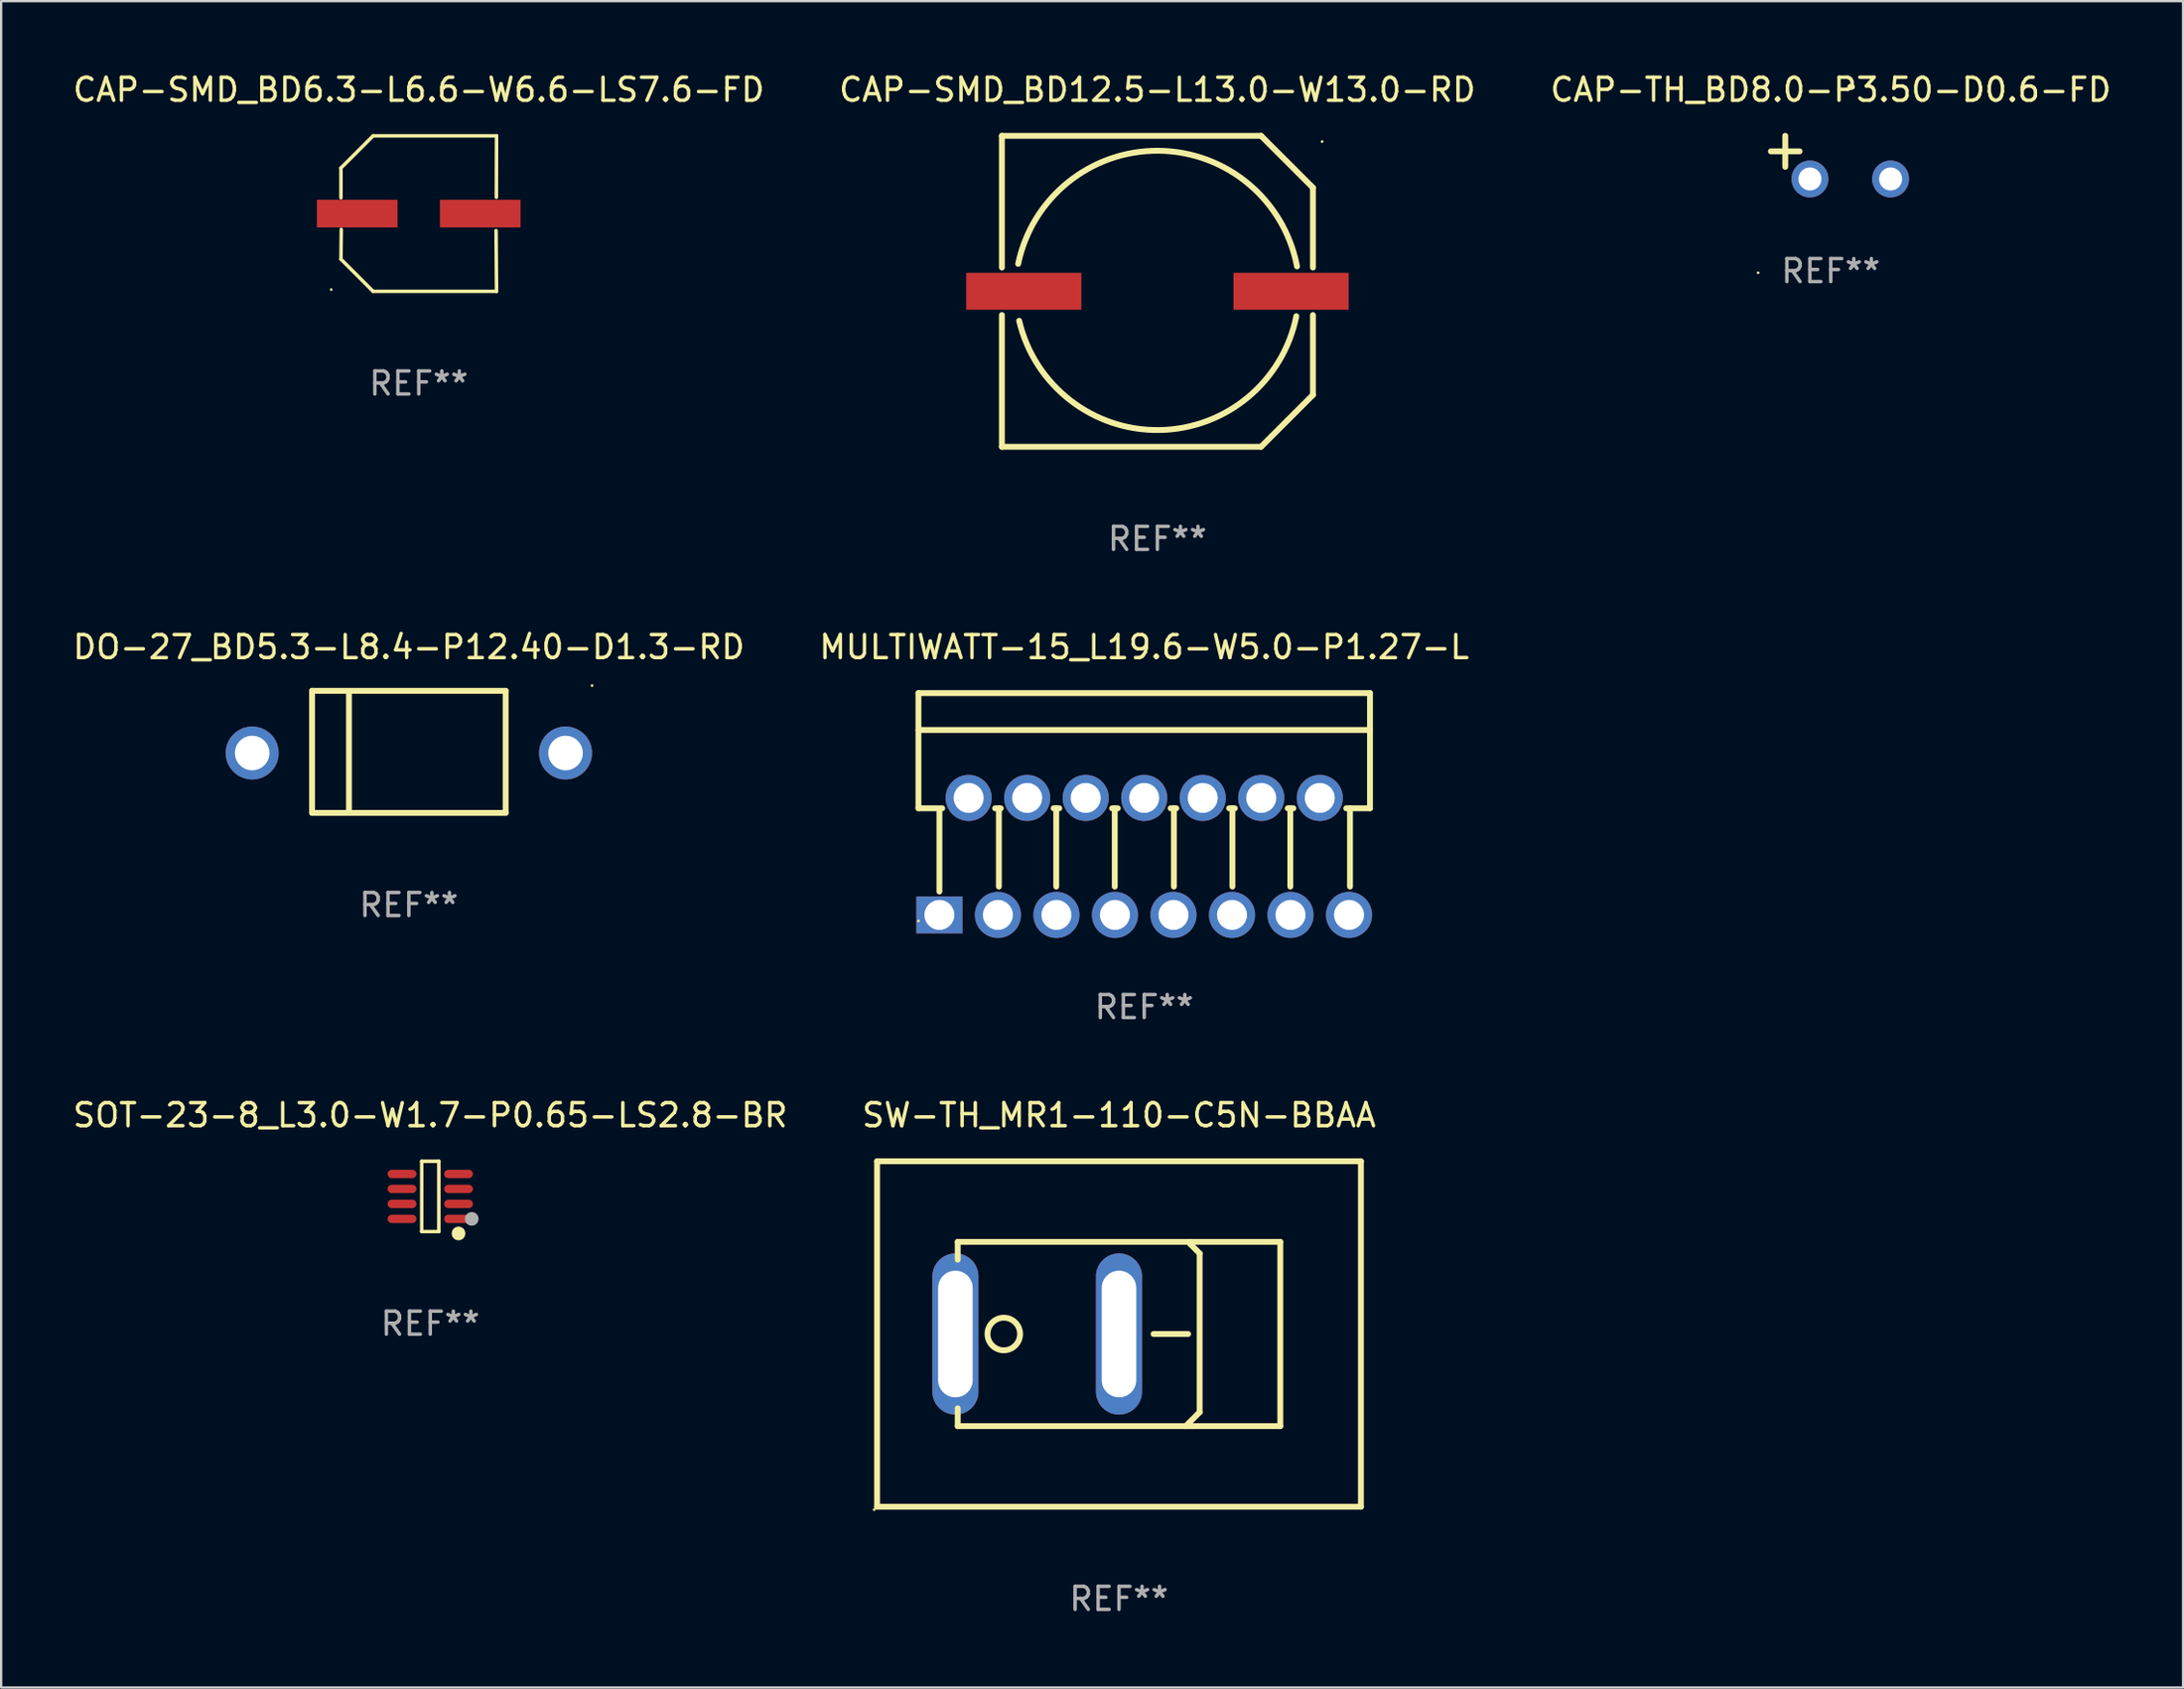
<source format=kicad_pcb>
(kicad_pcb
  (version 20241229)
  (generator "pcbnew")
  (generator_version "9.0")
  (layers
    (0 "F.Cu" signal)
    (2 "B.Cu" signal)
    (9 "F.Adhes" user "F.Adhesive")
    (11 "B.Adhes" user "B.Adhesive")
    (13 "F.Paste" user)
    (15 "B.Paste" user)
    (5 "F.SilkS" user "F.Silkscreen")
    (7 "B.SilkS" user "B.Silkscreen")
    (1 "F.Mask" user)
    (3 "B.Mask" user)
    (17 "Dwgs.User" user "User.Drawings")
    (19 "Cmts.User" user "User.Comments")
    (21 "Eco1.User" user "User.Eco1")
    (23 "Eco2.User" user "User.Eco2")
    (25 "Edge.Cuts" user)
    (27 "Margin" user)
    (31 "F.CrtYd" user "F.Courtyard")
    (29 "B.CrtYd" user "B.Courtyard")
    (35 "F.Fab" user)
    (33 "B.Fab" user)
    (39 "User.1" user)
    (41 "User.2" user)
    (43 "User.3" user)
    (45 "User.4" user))
  (footprint "MULTIWATT-15_L19.6-W5.0-P1.27-L"
    (layer "F.Cu")
    (at 46.613 34.135)
    (property "Reference" "MULTIWATT-15_L19.6-W5.0-P1.27-L" (at 0 -9.09 0) (layer "F.SilkS") (effects (font (size 1 1) (thickness 0.15))))
    (attr through_hole)
    (fp_line (start -9.8 -7.09) (end 9.8 -7.09) (stroke (width 0.254) (type solid)) (layer "F.SilkS"))
    (fp_line (start -9.8 -5.49) (end 9.8 -5.49) (stroke (width 0.254) (type solid)) (layer "F.SilkS"))
    (fp_line (start -9.8 -2.09) (end -9.8 -7.09) (stroke (width 0.254) (type solid)) (layer "F.SilkS"))
    (fp_line (start -8.89 1.524) (end -8.89 -1.954) (stroke (width 0.254) (type solid)) (layer "F.SilkS"))
    (fp_line (start -8.766 -2.09) (end -9.8 -2.09) (stroke (width 0.254) (type solid)) (layer "F.SilkS"))
    (fp_line (start -6.308 -2.09) (end -6.308 1.31) (stroke (width 0.254) (type solid)) (layer "F.SilkS"))
    (fp_line (start -6.226 -2.09) (end -6.474 -2.09) (stroke (width 0.254) (type solid)) (layer "F.SilkS"))
    (fp_line (start -3.819 -2.09) (end -3.819 1.31) (stroke (width 0.254) (type solid)) (layer "F.SilkS"))
    (fp_line (start -3.686 -2.09) (end -3.934 -2.09) (stroke (width 0.254) (type solid)) (layer "F.SilkS"))
    (fp_line (start -1.279 -2.09) (end -1.279 1.31) (stroke (width 0.254) (type solid)) (layer "F.SilkS"))
    (fp_line (start -1.146 -2.09) (end -1.394 -2.09) (stroke (width 0.254) (type solid)) (layer "F.SilkS"))
    (fp_line (start 1.287 -2.09) (end 1.287 1.31) (stroke (width 0.254) (type solid)) (layer "F.SilkS"))
    (fp_line (start 1.394 -2.09) (end 1.146 -2.09) (stroke (width 0.254) (type solid)) (layer "F.SilkS"))
    (fp_line (start 3.827 -2.09) (end 3.827 1.31) (stroke (width 0.254) (type solid)) (layer "F.SilkS"))
    (fp_line (start 3.934 -2.09) (end 3.686 -2.09) (stroke (width 0.254) (type solid)) (layer "F.SilkS"))
    (fp_line (start 6.341 -2.09) (end 6.341 1.31) (stroke (width 0.254) (type solid)) (layer "F.SilkS"))
    (fp_line (start 6.474 -2.09) (end 6.226 -2.09) (stroke (width 0.254) (type solid)) (layer "F.SilkS"))
    (fp_line (start 8.932 -2.09) (end 8.932 1.31) (stroke (width 0.254) (type solid)) (layer "F.SilkS"))
    (fp_line (start 9.8 -7.09) (end 9.8 -2.09) (stroke (width 0.254) (type solid)) (layer "F.SilkS"))
    (fp_line (start 9.8 -2.09) (end 8.766 -2.09) (stroke (width 0.254) (type solid)) (layer "F.SilkS"))
    (fp_circle (center -9.8 2.8) (end -9.77 2.8) (stroke (width 0.06) (type solid)) (fill no) (layer "F.SilkS"))
    (fp_text user "REF**" (at 0 6.54 0) (layer "F.Fab") (effects (font (size 1 1) (thickness 0.15))))
    (pad "1" thru_hole rect (at -8.89 2.54) (size 2 1.6) (drill 1.3) (layers "*.Cu" "*.Mask"))
    (pad "2" thru_hole circle (at -7.62 -2.54) (size 2 2) (drill 1.3) (layers "*.Cu" "*.Mask"))
    (pad "3" thru_hole circle (at -6.35 2.54) (size 2 2) (drill 1.3) (layers "*.Cu" "*.Mask"))
    (pad "4" thru_hole circle (at -5.08 -2.54) (size 2 2) (drill 1.3) (layers "*.Cu" "*.Mask"))
    (pad "5" thru_hole circle (at -3.81 2.54) (size 2 2) (drill 1.3) (layers "*.Cu" "*.Mask"))
    (pad "6" thru_hole circle (at -2.54 -2.54) (size 2 2) (drill 1.3) (layers "*.Cu" "*.Mask"))
    (pad "7" thru_hole circle (at -1.27 2.54) (size 2 2) (drill 1.3) (layers "*.Cu" "*.Mask"))
    (pad "8" thru_hole circle (at 0 -2.54) (size 2 2) (drill 1.3) (layers "*.Cu" "*.Mask"))
    (pad "9" thru_hole circle (at 1.27 2.54) (size 2 2) (drill 1.3) (layers "*.Cu" "*.Mask"))
    (pad "10" thru_hole circle (at 2.54 -2.54) (size 2 2) (drill 1.3) (layers "*.Cu" "*.Mask"))
    (pad "11" thru_hole circle (at 3.81 2.54) (size 2 2) (drill 1.3) (layers "*.Cu" "*.Mask"))
    (pad "12" thru_hole circle (at 5.08 -2.54) (size 2 2) (drill 1.3) (layers "*.Cu" "*.Mask"))
    (pad "13" thru_hole circle (at 6.35 2.54) (size 2 2) (drill 1.3) (layers "*.Cu" "*.Mask"))
    (pad "14" thru_hole circle (at 7.62 -2.54) (size 2 2) (drill 1.3) (layers "*.Cu" "*.Mask"))
    (pad "15" thru_hole circle (at 8.89 2.54) (size 2 2) (drill 1.3) (layers "*.Cu" "*.Mask")))
  (footprint "SOT-23-8_L3.0-W1.7-P0.65-LS2.8-BR"
    (layer "F.Cu")
    (at 15.625 48.897)
    (property "Reference" "SOT-23-8_L3.0-W1.7-P0.65-LS2.8-BR" (at 0 -3.526 0) (layer "F.SilkS") (effects (font (size 1 1) (thickness 0.15))))
    (attr smd)
    (fp_line (start -0.371 -1.526) (end 0.371 -1.526) (stroke (width 0.152) (type solid)) (layer "F.SilkS"))
    (fp_line (start -0.371 1.526) (end -0.371 -1.526) (stroke (width 0.152) (type solid)) (layer "F.SilkS"))
    (fp_line (start 0.371 -1.526) (end 0.371 1.526) (stroke (width 0.152) (type solid)) (layer "F.SilkS"))
    (fp_line (start 0.371 1.526) (end -0.371 1.526) (stroke (width 0.152) (type solid)) (layer "F.SilkS"))
    (fp_circle (center 1.226 1.609) (end 1.376 1.609) (stroke (width 0.3) (type solid)) (fill no) (layer "F.SilkS"))
    (fp_circle (center 1.4 1.45) (end 1.43 1.45) (stroke (width 0.06) (type solid)) (fill no) (layer "F.SilkS"))
    (fp_circle (center 1.8 0.975) (end 1.95 0.975) (stroke (width 0.3) (type solid)) (fill no) (layer "F.Fab"))
    (fp_text user "REF**" (at 0 5.526 0) (layer "F.Fab") (effects (font (size 1 1) (thickness 0.15))))
    (pad "1" smd oval (at 1.226 0.975) (size 1.252 0.364) (layers "F.Cu" "F.Mask" "F.Paste"))
    (pad "2" smd oval (at 1.226 0.325) (size 1.252 0.364) (layers "F.Cu" "F.Mask" "F.Paste"))
    (pad "3" smd oval (at 1.226 -0.325) (size 1.252 0.364) (layers "F.Cu" "F.Mask" "F.Paste"))
    (pad "4" smd oval (at 1.226 -0.975) (size 1.252 0.364) (layers "F.Cu" "F.Mask" "F.Paste"))
    (pad "5" smd oval (at -1.226 -0.975) (size 1.252 0.364) (layers "F.Cu" "F.Mask" "F.Paste"))
    (pad "6" smd oval (at -1.226 -0.325) (size 1.252 0.364) (layers "F.Cu" "F.Mask" "F.Paste"))
    (pad "7" smd oval (at -1.226 0.325) (size 1.252 0.364) (layers "F.Cu" "F.Mask" "F.Paste"))
    (pad "8" smd oval (at -1.226 0.975) (size 1.252 0.364) (layers "F.Cu" "F.Mask" "F.Paste")))
  (footprint "CAP-SMD_BD6.3-L6.6-W6.6-LS7.6-FD"
    (layer "F.Cu")
    (at 15.125 6.224)
    (property "Reference" "CAP-SMD_BD6.3-L6.6-W6.6-LS7.6-FD" (at -0.000025 -5.376 0) (layer "F.SilkS") (effects (font (size 1 1) (thickness 0.15))))
    (attr smd)
    (fp_line (start -3.376 -1.98) (end -3.376 -0.686) (stroke (width 0.152) (type solid)) (layer "F.SilkS"))
    (fp_line (start -3.376 1.981) (end -3.362 0.686) (stroke (width 0.152) (type solid)) (layer "F.SilkS"))
    (fp_line (start -1.981 3.376) (end -3.376 1.981) (stroke (width 0.152) (type solid)) (layer "F.SilkS"))
    (fp_line (start -1.98 -3.376) (end -3.376 -1.98) (stroke (width 0.152) (type solid)) (layer "F.SilkS"))
    (fp_line (start 3.356 0.739) (end 3.376 3.376) (stroke (width 0.152) (type solid)) (layer "F.SilkS"))
    (fp_line (start 3.369 -0.708) (end 3.376 -3.376) (stroke (width 0.152) (type solid)) (layer "F.SilkS"))
    (fp_line (start 3.376 3.376) (end -1.981 3.376) (stroke (width 0.152) (type solid)) (layer "F.SilkS"))
    (fp_line (start 3.376 -3.376) (end -1.98 -3.376) (stroke (width 0.152) (type solid)) (layer "F.SilkS"))
    (fp_circle (center -3.8 3.3) (end -3.77 3.3) (stroke (width 0.06) (type solid)) (fill no) (layer "F.SilkS"))
    (fp_text user "REF**" (at -0.000025 7.376 0) (layer "F.Fab") (effects (font (size 1 1) (thickness 0.15))))
    (pad "1" smd rect (at -2.67 0) (size 3.5 1.2) (layers "F.Cu" "F.Mask" "F.Paste"))
    (pad "2" smd rect (at 2.67 0) (size 3.5 1.2) (layers "F.Cu" "F.Mask" "F.Paste")))
  (footprint "CAP-SMD_BD12.5-L13.0-W13.0-RD"
    (layer "F.Cu")
    (at 47.185 9.598)
    (property "Reference" "CAP-SMD_BD12.5-L13.0-W13.0-RD" (at 0 -8.75 0) (layer "F.SilkS") (effects (font (size 1 1) (thickness 0.15))))
    (attr smd)
    (fp_line (start -6.75 -6.75) (end 4.5 -6.75) (stroke (width 0.254) (type solid)) (layer "F.SilkS"))
    (fp_line (start -6.75 -1.031) (end -6.75 -6.75) (stroke (width 0.254) (type solid)) (layer "F.SilkS"))
    (fp_line (start -6.75 6.75) (end -6.75 1.031) (stroke (width 0.254) (type solid)) (layer "F.SilkS"))
    (fp_line (start -6.75 6.75) (end 4.5 6.75) (stroke (width 0.254) (type solid)) (layer "F.SilkS"))
    (fp_line (start 4.5 6.75) (end 6.75 4.5) (stroke (width 0.254) (type solid)) (layer "F.SilkS"))
    (fp_line (start 6.75 -4.5) (end 4.5 -6.75) (stroke (width 0.254) (type solid)) (layer "F.SilkS"))
    (fp_line (start 6.75 -1.031) (end 6.75 -4.5) (stroke (width 0.254) (type solid)) (layer "F.SilkS"))
    (fp_line (start 6.75 4.5) (end 6.75 1.031) (stroke (width 0.254) (type solid)) (layer "F.SilkS"))
    (fp_arc (start -6.043637 -1.190577) (mid 0.053549 -6.101987) (end 6.059994 -1.08001) (stroke (width 0.254001) (type solid)) (layer "F.SilkS"))
    (fp_arc (start 6.029997 1.08001) (mid 0.095521 6.023393) (end -5.999999 1.28001) (stroke (width 0.254001) (type solid)) (layer "F.SilkS"))
    (fp_circle (center 7.149 -6.5) (end 7.179 -6.5) (stroke (width 0.06) (type solid)) (fill no) (layer "F.SilkS"))
    (fp_text user "REF**" (at 0 10.75 0) (layer "F.Fab") (effects (font (size 1 1) (thickness 0.15))))
    (pad "1" smd rect (at 5.8 0) (size 5 1.6) (layers "F.Cu" "F.Mask" "F.Paste"))
    (pad "2" smd rect (at -5.8 0) (size 5 1.6) (layers "F.Cu" "F.Mask" "F.Paste")))
  (footprint "DO-27_BD5.3-L8.4-P12.40-D1.3-RD"
    (layer "F.Cu")
    (at 14.696 29.645)
    (property "Reference" "DO-27_BD5.3-L8.4-P12.40-D1.3-RD" (at 0 -4.6 0) (layer "F.SilkS") (effects (font (size 1 1) (thickness 0.15))))
    (attr through_hole)
    (fp_line (start -4.2 -2.7) (end -4.2 2.6) (stroke (width 0.254) (type solid)) (layer "F.SilkS"))
    (fp_line (start -4.2 2.6) (end 4.2 2.6) (stroke (width 0.254) (type solid)) (layer "F.SilkS"))
    (fp_line (start -2.6 -2.6) (end -2.6 2.6) (stroke (width 0.254) (type solid)) (layer "F.SilkS"))
    (fp_line (start 4.2 -2.7) (end -4.2 -2.7) (stroke (width 0.254) (type solid)) (layer "F.SilkS"))
    (fp_line (start 4.2 2.6) (end 4.2 -2.7) (stroke (width 0.254) (type solid)) (layer "F.SilkS"))
    (fp_circle (center 7.95 -2.927) (end 7.98 -2.927) (stroke (width 0.06) (type solid)) (fill no) (layer "F.SilkS"))
    (fp_text user "REF**" (at 0 6.6 0) (layer "F.Fab") (effects (font (size 1 1) (thickness 0.15))))
    (pad "1" thru_hole circle (at -6.8 0 180) (size 2.3 2.3) (drill 1.5) (layers "*.Cu" "*.Mask"))
    (pad "2" thru_hole circle (at 6.8 0 180) (size 2.3 2.3) (drill 1.5) (layers "*.Cu" "*.Mask")))
  (footprint "CAP-TH_BD8.0-P3.50-D0.6-FD"
    (layer "F.Cu")
    (at 77.258 4.721)
    (property "Reference" "CAP-TH_BD8.0-P3.50-D0.6-FD" (at -0.847 -3.873 0) (layer "F.SilkS") (effects (font (size 1 1) (thickness 0.15))))
    (attr through_hole)
    (fp_line (start -2.822 -0.527) (end -2.822 -1.873) (stroke (width 0.254) (type solid)) (layer "F.SilkS"))
    (fp_line (start -2.2 -1.2) (end -3.445 -1.2) (stroke (width 0.254) (type solid)) (layer "F.SilkS"))
    (fp_arc (start 0.00254 -4.000508) (mid 0.0381 -4.000666) (end 0.07366 -4.000508) (stroke (width 0.254001) (type solid)) (layer "F.SilkS"))
    (fp_circle (center -4.001 4.072) (end -3.971 4.072) (stroke (width 0.06) (type solid)) (fill no) (layer "F.SilkS"))
    (fp_text user "REF**" (at -0.847 4 0) (layer "F.Fab") (effects (font (size 1 1) (thickness 0.15))))
    (pad "1" thru_hole circle (at -1.75 0 90) (size 1.6 1.6) (drill 1) (layers "*.Cu" "*.Mask"))
    (pad "2" thru_hole circle (at 1.75 0 90) (size 1.6 1.6) (drill 1) (layers "*.Cu" "*.Mask")))
  (footprint "SW-TH_MR1-110-C5N-BBAA"
    (layer "F.Cu")
    (at 41.968 54.871)
    (property "Reference" "SW-TH_MR1-110-C5N-BBAA" (at 3.55 -9.5 0) (layer "F.SilkS") (effects (font (size 1 1) (thickness 0.15))))
    (attr through_hole)
    (fp_line (start -6.95 -7.5) (end -6.95 7.5) (stroke (width 0.254) (type solid)) (layer "F.SilkS"))
    (fp_line (start -6.95 -7.5) (end 14.05 -7.5) (stroke (width 0.254) (type solid)) (layer "F.SilkS"))
    (fp_line (start -6.95 7.5) (end 14.05 7.5) (stroke (width 0.254) (type solid)) (layer "F.SilkS"))
    (fp_line (start -3.45 -4) (end 10.55 -4) (stroke (width 0.254) (type solid)) (layer "F.SilkS"))
    (fp_line (start -3.45 -3.227) (end -3.45 -4) (stroke (width 0.254) (type solid)) (layer "F.SilkS"))
    (fp_line (start -3.45 4) (end -3.45 3.227) (stroke (width 0.254) (type solid)) (layer "F.SilkS"))
    (fp_line (start 5.05 0) (end 6.55 0) (stroke (width 0.254) (type solid)) (layer "F.SilkS"))
    (fp_line (start 6.648 -4) (end 6.648 -3.902) (stroke (width 0.254) (type solid)) (layer "F.SilkS"))
    (fp_line (start 6.648 -3.902) (end 7.05 -3.5) (stroke (width 0.254) (type solid)) (layer "F.SilkS"))
    (fp_line (start 7.05 -3.5) (end 7.05 3.395) (stroke (width 0.254) (type solid)) (layer "F.SilkS"))
    (fp_line (start 7.05 3.395) (end 6.445 4) (stroke (width 0.254) (type solid)) (layer "F.SilkS"))
    (fp_line (start 10.55 -4) (end 10.55 4) (stroke (width 0.254) (type solid)) (layer "F.SilkS"))
    (fp_line (start 10.55 4) (end -3.45 4) (stroke (width 0.254) (type solid)) (layer "F.SilkS"))
    (fp_line (start 14.05 -7.5) (end 14.05 7.5) (stroke (width 0.254) (type solid)) (layer "F.SilkS"))
    (fp_circle (center -7.077 7.627) (end -7.047 7.627) (stroke (width 0.06) (type solid)) (fill no) (layer "F.SilkS"))
    (fp_circle (center -1.45 0) (end -0.743 0) (stroke (width 0.254) (type solid)) (fill no) (layer "F.SilkS"))
    (fp_text user "REF**" (at 3.55 11.5 0) (layer "F.Fab") (effects (font (size 1 1) (thickness 0.15))))
    (pad "1" thru_hole oval (at -3.55 0) (size 2 7) (drill oval 1.5 5.5) (layers "*.Cu" "*.Mask"))
    (pad "2" thru_hole oval (at 3.55 0) (size 2 7) (drill oval 1.5 5.5) (layers "*.Cu" "*.Mask")))
  (gr_rect
    (start -3 -3)
    (end 91.702 70.22)
    (stroke (width 0.1) (type default))
    (fill no)
    (layer "Edge.Cuts")))
</source>
